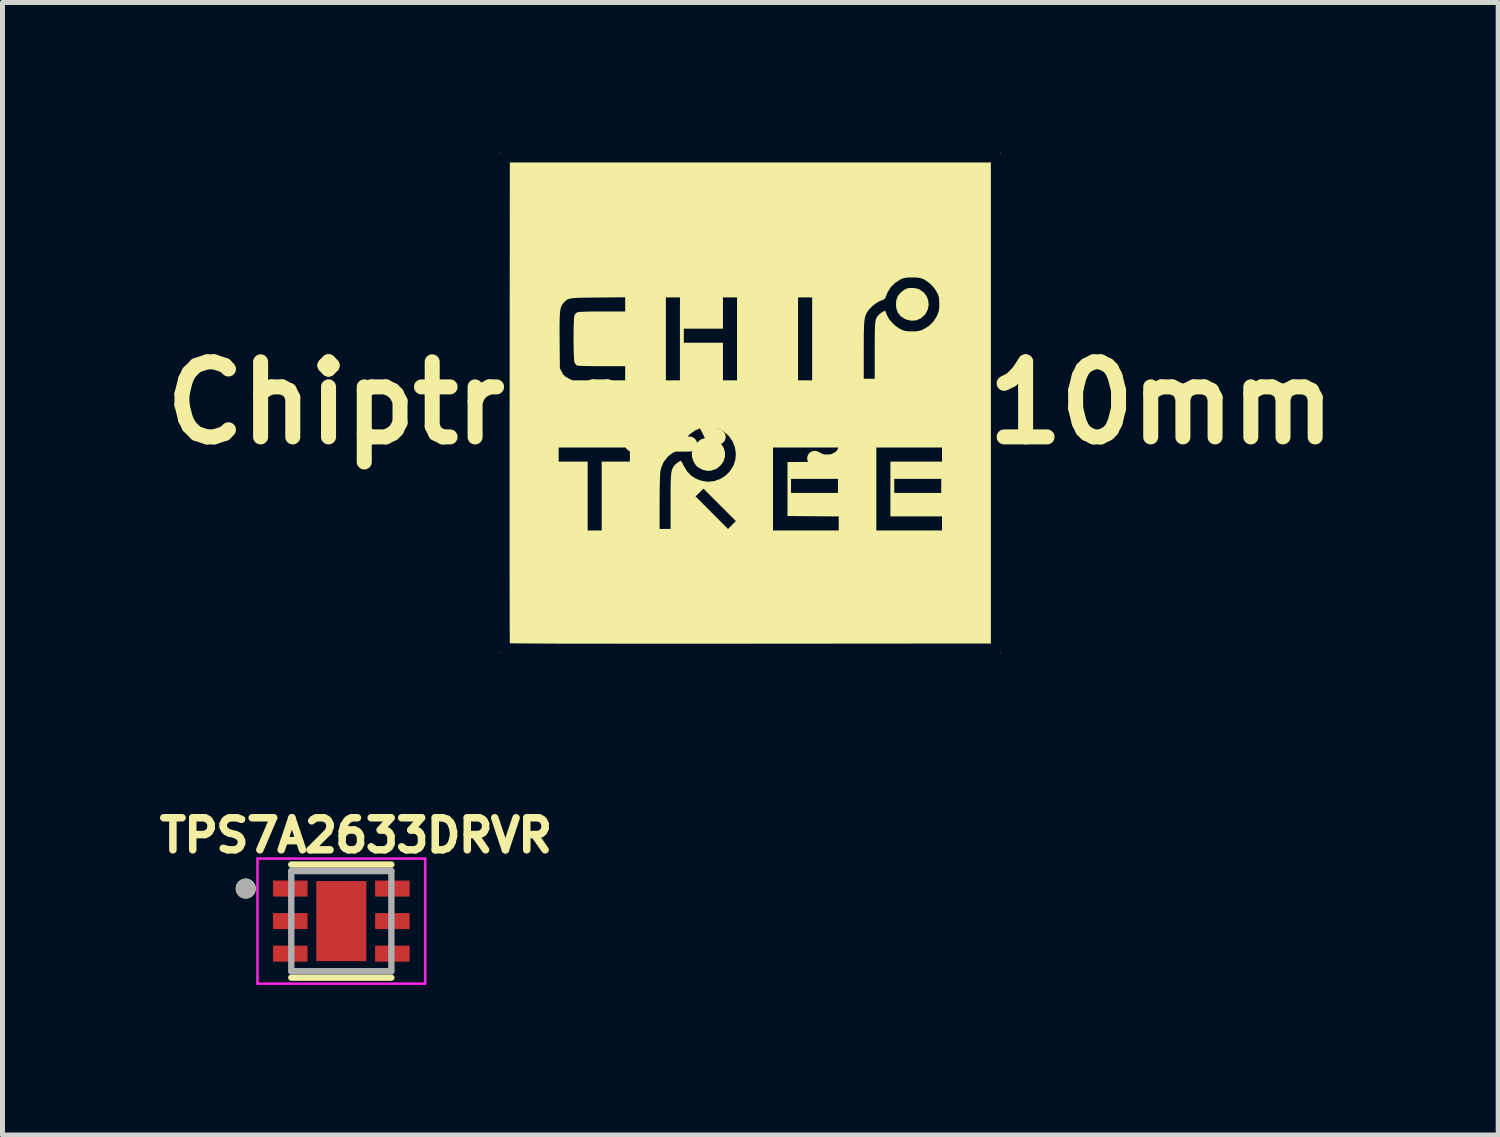
<source format=kicad_pcb>
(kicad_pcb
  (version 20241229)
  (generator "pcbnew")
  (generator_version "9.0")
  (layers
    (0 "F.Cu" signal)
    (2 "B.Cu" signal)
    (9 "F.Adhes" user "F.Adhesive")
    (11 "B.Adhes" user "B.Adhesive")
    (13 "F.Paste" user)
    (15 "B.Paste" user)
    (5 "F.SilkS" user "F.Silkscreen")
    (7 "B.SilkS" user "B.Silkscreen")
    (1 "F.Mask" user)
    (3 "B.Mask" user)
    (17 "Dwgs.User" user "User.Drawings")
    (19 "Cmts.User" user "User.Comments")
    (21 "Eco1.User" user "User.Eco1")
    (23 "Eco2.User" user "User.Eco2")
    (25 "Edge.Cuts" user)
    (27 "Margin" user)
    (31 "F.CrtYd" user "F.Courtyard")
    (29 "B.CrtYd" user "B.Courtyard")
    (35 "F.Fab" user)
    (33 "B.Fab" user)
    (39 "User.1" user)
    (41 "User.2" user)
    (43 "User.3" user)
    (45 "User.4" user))
  (footprint "Chiptree_logo 10mm"
    (layer "F.Cu")
    (at 11.943 5.002)
    (property "Reference" "Chiptree_logo 10mm" (at 0 0 0) (layer "F.SilkS") (effects (font (size 1.5 1.5) (thickness 0.3))))
    (attr board_only exclude_from_pos_files exclude_from_bom)
    (fp_poly (pts (xy -4.986 -4.994) (xy -4.994 -4.986) (xy -5.002 -4.994) (xy -4.994 -5.002)) (stroke (width 0) (type solid)) (fill yes) (layer "F.SilkS"))
    (fp_poly (pts (xy -4.986 4.994) (xy -4.994 5.002) (xy -5.002 4.994) (xy -4.994 4.986)) (stroke (width 0) (type solid)) (fill yes) (layer "F.SilkS"))
    (fp_poly (pts (xy 5.002 -4.994) (xy 4.994 -4.986) (xy 4.986 -4.994) (xy 4.994 -5.002)) (stroke (width 0) (type solid)) (fill yes) (layer "F.SilkS"))
    (fp_poly (pts (xy 5.002 4.994) (xy 4.994 5.002) (xy 4.986 4.994) (xy 4.994 4.986)) (stroke (width 0) (type solid)) (fill yes) (layer "F.SilkS"))
    (fp_poly (pts (xy -0.722 0.717) (xy -0.645 0.76) (xy -0.58 0.821) (xy -0.533 0.895) (xy -0.507 0.981) (xy -0.507 1.071) (xy -0.536 1.164) (xy -0.591 1.244) (xy -0.667 1.307) (xy -0.689 1.319) (xy -0.78 1.352) (xy -0.866 1.356) (xy -0.955 1.333) (xy -0.977 1.323) (xy -1.04 1.288) (xy -1.085 1.25) (xy -1.119 1.198) (xy -1.14 1.156) (xy -1.166 1.078) (xy -1.169 1.001) (xy -1.156 0.933) (xy -1.129 0.876) (xy -1.085 0.815) (xy -1.032 0.761) (xy -0.984 0.726) (xy -0.896 0.697) (xy -0.808 0.695)) (stroke (width 0) (type solid)) (fill yes) (layer "F.SilkS"))
    (fp_poly (pts (xy 3.307 -2.292) (xy 3.371 -2.272) (xy 3.391 -2.263) (xy 3.469 -2.205) (xy 3.524 -2.131) (xy 3.555 -2.046) (xy 3.563 -1.955) (xy 3.544 -1.864) (xy 3.5 -1.779) (xy 3.48 -1.755) (xy 3.404 -1.69) (xy 3.316 -1.652) (xy 3.221 -1.643) (xy 3.124 -1.664) (xy 3.084 -1.681) (xy 3.003 -1.734) (xy 2.949 -1.802) (xy 2.918 -1.888) (xy 2.91 -1.952) (xy 2.916 -2.053) (xy 2.947 -2.137) (xy 3.005 -2.208) (xy 3.055 -2.247) (xy 3.103 -2.277) (xy 3.146 -2.292) (xy 3.199 -2.297) (xy 3.227 -2.298)) (stroke (width 0) (type solid)) (fill yes) (layer "F.SilkS"))
    (fp_poly (pts (xy 4.806 0) (xy 4.806 4.806) (xy 0.005 4.81) (xy -0.429 4.811) (xy -0.848 4.811) (xy -1.25 4.811) (xy -1.636 4.811) (xy -2.004 4.811) (xy -2.354 4.811) (xy -2.684 4.81) (xy -2.994 4.81) (xy -3.282 4.81) (xy -3.548 4.809) (xy -3.791 4.809) (xy -4.011 4.808) (xy -4.205 4.807) (xy -4.374 4.806) (xy -4.517 4.805) (xy -4.632 4.804) (xy -4.718 4.803) (xy -4.776 4.802) (xy -4.803 4.801) (xy -4.805 4.8) (xy -4.806 4.784) (xy -4.807 4.737) (xy -4.807 4.661) (xy -4.808 4.558) (xy -4.809 4.429) (xy -4.809 4.274) (xy -4.809 4.095) (xy -4.81 3.893) (xy -4.81 3.67) (xy -4.81 3.426) (xy -4.811 3.162) (xy -4.811 2.881) (xy -4.811 2.583) (xy -4.811 2.269) (xy -4.811 1.941) (xy -4.811 1.599) (xy -4.811 1.246) (xy -4.811 0.891) (xy -3.83 0.891) (xy -3.83 1.032) (xy -3.83 1.172) (xy -3.54 1.172) (xy -3.251 1.172) (xy -3.251 1.86) (xy -3.251 2.548) (xy -3.111 2.548) (xy -2.97 2.548) (xy -2.97 2.517) (xy -1.813 2.517) (xy -1.704 2.517) (xy -1.594 2.517) (xy -1.594 1.973) (xy -1.594 1.867) (xy -1.095 1.867) (xy -0.77 2.192) (xy -0.446 2.517) (xy -0.368 2.438) (xy -0.289 2.36) (xy -0.613 2.036) (xy -0.937 1.712) (xy -1.016 1.79) (xy -1.095 1.867) (xy -1.594 1.867) (xy -1.594 1.816) (xy -1.593 1.686) (xy -1.591 1.581) (xy -1.588 1.497) (xy -1.583 1.431) (xy -1.576 1.379) (xy -1.567 1.339) (xy -1.555 1.307) (xy -1.539 1.28) (xy -1.522 1.254) (xy -1.489 1.219) (xy -1.447 1.186) (xy -1.408 1.163) (xy -1.386 1.157) (xy -1.376 1.17) (xy -1.357 1.204) (xy -1.333 1.252) (xy -1.332 1.254) (xy -1.263 1.368) (xy -1.177 1.456) (xy -1.072 1.52) (xy -0.965 1.557) (xy -0.843 1.574) (xy -0.722 1.561) (xy -0.607 1.521) (xy -0.503 1.457) (xy -0.414 1.37) (xy -0.344 1.263) (xy -0.334 1.243) (xy -0.298 1.127) (xy -0.29 1.006) (xy -0.308 0.891) (xy 0.453 0.891) (xy 0.453 1.719) (xy 0.453 2.548) (xy 1.11 2.548) (xy 1.766 2.548) (xy 1.766 2.407) (xy 1.766 2.267) (xy 1.254 2.263) (xy 0.742 2.259) (xy 0.742 1.719) (xy 0.742 1.516) (xy 0.813 1.516) (xy 0.813 1.657) (xy 0.813 1.798) (xy 1.282 1.798) (xy 1.751 1.798) (xy 1.751 1.657) (xy 1.751 1.516) (xy 1.282 1.516) (xy 0.813 1.516) (xy 0.742 1.516) (xy 0.742 1.18) (xy 1.254 1.176) (xy 1.766 1.172) (xy 1.766 1.031) (xy 1.766 0.891) (xy 2.517 0.891) (xy 2.517 1.719) (xy 2.517 2.548) (xy 3.173 2.548) (xy 3.83 2.548) (xy 3.83 2.407) (xy 3.83 2.266) (xy 3.314 2.266) (xy 2.798 2.266) (xy 2.798 1.719) (xy 2.798 1.516) (xy 2.876 1.516) (xy 2.876 1.657) (xy 2.876 1.798) (xy 3.345 1.798) (xy 3.814 1.798) (xy 3.814 1.657) (xy 3.814 1.516) (xy 3.345 1.516) (xy 2.876 1.516) (xy 2.798 1.516) (xy 2.798 1.172) (xy 3.314 1.172) (xy 3.83 1.172) (xy 3.83 1.032) (xy 3.83 0.891) (xy 3.173 0.891) (xy 2.517 0.891) (xy 1.766 0.891) (xy 1.11 0.891) (xy 0.453 0.891) (xy -0.308 0.891) (xy -0.309 0.884) (xy -0.354 0.769) (xy -0.425 0.666) (xy -0.431 0.658) (xy -0.526 0.575) (xy -0.633 0.518) (xy -0.749 0.486) (xy -0.868 0.48) (xy -0.986 0.499) (xy -1.098 0.545) (xy -1.199 0.616) (xy -1.237 0.653) (xy -1.294 0.729) (xy -1.346 0.825) (xy -1.381 0.91) (xy -1.4 0.934) (xy -1.415 0.938) (xy -1.454 0.947) (xy -1.507 0.972) (xy -1.566 1.008) (xy -1.621 1.048) (xy -1.656 1.08) (xy -1.731 1.177) (xy -1.78 1.29) (xy -1.798 1.37) (xy -1.802 1.408) (xy -1.805 1.472) (xy -1.808 1.559) (xy -1.81 1.663) (xy -1.812 1.781) (xy -1.813 1.908) (xy -1.813 1.989) (xy -1.813 2.517) (xy -2.97 2.517) (xy -2.97 1.86) (xy -2.97 1.172) (xy -2.688 1.172) (xy -2.407 1.172) (xy -2.407 1.032) (xy -2.407 0.891) (xy -3.118 0.891) (xy -3.83 0.891) (xy -4.811 0.891) (xy -4.811 0.881) (xy -4.811 0.507) (xy -4.81 0.124) (xy -4.81 -0.01) (xy -4.809 -1.434) (xy -3.812 -1.434) (xy -3.811 -1.275) (xy -3.811 -1.247) (xy -3.806 -0.695) (xy -3.767 -0.617) (xy -3.735 -0.565) (xy -3.698 -0.529) (xy -3.643 -0.496) (xy -3.558 -0.453) (xy -3.03 -0.453) (xy -2.501 -0.453) (xy -2.501 -0.594) (xy -2.501 -0.735) (xy -2.971 -0.735) (xy -3.102 -0.735) (xy -3.219 -0.737) (xy -3.317 -0.739) (xy -3.394 -0.742) (xy -3.446 -0.746) (xy -3.469 -0.75) (xy -3.469 -0.75) (xy -3.494 -0.775) (xy -3.515 -0.814) (xy -3.515 -0.815) (xy -3.521 -0.846) (xy -3.525 -0.903) (xy -3.528 -0.981) (xy -3.531 -1.075) (xy -3.532 -1.178) (xy -3.533 -1.287) (xy -3.532 -1.395) (xy -3.531 -1.498) (xy -3.529 -1.59) (xy -3.525 -1.665) (xy -3.521 -1.72) (xy -3.516 -1.746) (xy -3.492 -1.786) (xy -3.461 -1.811) (xy -3.432 -1.817) (xy -3.373 -1.822) (xy -3.285 -1.825) (xy -3.168 -1.828) (xy -3.019 -1.829) (xy -2.961 -1.829) (xy -2.501 -1.829) (xy -2.501 -1.97) (xy -2.501 -2.11) (xy -1.688 -2.11) (xy -1.688 -1.282) (xy -1.688 -0.453) (xy -1.547 -0.453) (xy -1.407 -0.453) (xy -1.407 -1.204) (xy -1.329 -1.204) (xy -0.938 -1.204) (xy -0.547 -1.204) (xy -0.547 -0.828) (xy -0.547 -0.453) (xy -0.406 -0.453) (xy -0.266 -0.453) (xy -0.266 -1.282) (xy -0.266 -2.11) (xy 0.953 -2.11) (xy 0.953 -1.282) (xy 0.953 -0.453) (xy 1.094 -0.453) (xy 1.235 -0.453) (xy 1.235 -0.485) (xy 2.266 -0.485) (xy 2.376 -0.485) (xy 2.485 -0.485) (xy 2.485 -1.056) (xy 2.485 -1.211) (xy 2.486 -1.338) (xy 2.487 -1.44) (xy 2.49 -1.521) (xy 2.494 -1.584) (xy 2.5 -1.632) (xy 2.508 -1.669) (xy 2.519 -1.697) (xy 2.533 -1.721) (xy 2.551 -1.744) (xy 2.569 -1.764) (xy 2.598 -1.79) (xy 2.634 -1.815) (xy 2.668 -1.835) (xy 2.691 -1.843) (xy 2.695 -1.842) (xy 2.702 -1.825) (xy 2.716 -1.789) (xy 2.726 -1.762) (xy 2.768 -1.684) (xy 2.831 -1.605) (xy 2.908 -1.534) (xy 2.99 -1.48) (xy 2.996 -1.477) (xy 3.045 -1.454) (xy 3.089 -1.44) (xy 3.139 -1.433) (xy 3.205 -1.431) (xy 3.228 -1.431) (xy 3.302 -1.432) (xy 3.357 -1.437) (xy 3.403 -1.449) (xy 3.452 -1.469) (xy 3.456 -1.471) (xy 3.568 -1.539) (xy 3.657 -1.626) (xy 3.724 -1.732) (xy 3.749 -1.787) (xy 3.764 -1.831) (xy 3.772 -1.878) (xy 3.775 -1.939) (xy 3.775 -1.977) (xy 3.773 -2.051) (xy 3.768 -2.104) (xy 3.756 -2.149) (xy 3.736 -2.196) (xy 3.731 -2.206) (xy 3.677 -2.291) (xy 3.603 -2.373) (xy 3.518 -2.44) (xy 3.458 -2.475) (xy 3.413 -2.492) (xy 3.364 -2.502) (xy 3.302 -2.507) (xy 3.236 -2.509) (xy 3.16 -2.507) (xy 3.104 -2.503) (xy 3.059 -2.492) (xy 3.014 -2.474) (xy 3.001 -2.468) (xy 2.892 -2.4) (xy 2.803 -2.31) (xy 2.737 -2.202) (xy 2.712 -2.134) (xy 2.693 -2.09) (xy 2.666 -2.067) (xy 2.648 -2.06) (xy 2.579 -2.033) (xy 2.503 -1.987) (xy 2.432 -1.931) (xy 2.376 -1.873) (xy 2.374 -1.87) (xy 2.348 -1.834) (xy 2.326 -1.801) (xy 2.309 -1.766) (xy 2.295 -1.727) (xy 2.285 -1.681) (xy 2.277 -1.623) (xy 2.272 -1.55) (xy 2.269 -1.46) (xy 2.267 -1.348) (xy 2.267 -1.211) (xy 2.266 -1.061) (xy 2.266 -0.485) (xy 1.235 -0.485) (xy 1.235 -1.282) (xy 1.235 -2.11) (xy 1.094 -2.11) (xy 0.953 -2.11) (xy -0.266 -2.11) (xy -0.406 -2.11) (xy -0.547 -2.11) (xy -0.547 -1.798) (xy -0.547 -1.485) (xy -0.938 -1.485) (xy -1.329 -1.485) (xy -1.329 -1.344) (xy -1.329 -1.204) (xy -1.407 -1.204) (xy -1.407 -1.282) (xy -1.407 -2.11) (xy -1.547 -2.11) (xy -1.688 -2.11) (xy -2.501 -2.11) (xy -2.501 -2.112) (xy -3.044 -2.107) (xy -3.196 -2.106) (xy -3.319 -2.104) (xy -3.419 -2.102) (xy -3.497 -2.098) (xy -3.557 -2.093) (xy -3.603 -2.085) (xy -3.638 -2.075) (xy -3.666 -2.061) (xy -3.689 -2.044) (xy -3.711 -2.022) (xy -3.728 -2.005) (xy -3.75 -1.979) (xy -3.767 -1.952) (xy -3.782 -1.919) (xy -3.793 -1.878) (xy -3.801 -1.825) (xy -3.807 -1.757) (xy -3.81 -1.672) (xy -3.812 -1.565) (xy -3.812 -1.434) (xy -4.809 -1.434) (xy -4.806 -4.806) (xy 0 -4.806) (xy 4.806 -4.806)) (stroke (width 0) (type solid)) (fill yes) (layer "F.SilkS")))
  (footprint "TPS7A2633DRVR"
    (layer "F.Cu")
    (at 3.77 15.355)
    (property "Reference" "TPS7A2633DRVR" (at 0.292 -1.713 0) (layer "F.SilkS") (effects (font (size 0.64 0.64) (thickness 0.15))))
    (attr smd)
    (fp_line (start -1 -1.13) (end 1 -1.13) (stroke (width 0.127) (type solid)) (layer "F.SilkS"))
    (fp_line (start -1 1.13) (end 1 1.13) (stroke (width 0.127) (type solid)) (layer "F.SilkS"))
    (fp_circle (center -1.91 -0.65) (end -1.81 -0.65) (stroke (width 0.2) (type solid)) (fill no) (layer "F.SilkS"))
    (fp_poly (pts (xy -0.316 -0.506) (xy 0.316 -0.506) (xy 0.316 0.506) (xy -0.316 0.506)) (stroke (width 0.01) (type solid)) (fill yes) (layer "F.Paste"))
    (fp_line (start -1.675 -1.25) (end -1.675 1.25) (stroke (width 0.05) (type solid)) (layer "F.CrtYd"))
    (fp_line (start -1.675 -1.25) (end 1.675 -1.25) (stroke (width 0.05) (type solid)) (layer "F.CrtYd"))
    (fp_line (start -1.675 1.25) (end 1.675 1.25) (stroke (width 0.05) (type solid)) (layer "F.CrtYd"))
    (fp_line (start 1.675 -1.25) (end 1.675 1.25) (stroke (width 0.05) (type solid)) (layer "F.CrtYd"))
    (fp_line (start -1 -1) (end -1 1) (stroke (width 0.127) (type solid)) (layer "F.Fab"))
    (fp_line (start -1 -1) (end 1 -1) (stroke (width 0.127) (type solid)) (layer "F.Fab"))
    (fp_line (start -1 1) (end 1 1) (stroke (width 0.127) (type solid)) (layer "F.Fab"))
    (fp_line (start 1 -1) (end 1 1) (stroke (width 0.127) (type solid)) (layer "F.Fab"))
    (fp_circle (center -1.91 -0.65) (end -1.81 -0.65) (stroke (width 0.2) (type solid)) (fill no) (layer "F.Fab"))
    (pad "1" smd rect (at -1.02 -0.65) (size 0.69 0.32) (layers "F.Cu" "F.Mask" "F.Paste"))
    (pad "2" smd rect (at -1.02 0) (size 0.69 0.32) (layers "F.Cu" "F.Mask" "F.Paste"))
    (pad "3" smd rect (at -1.02 0.65) (size 0.69 0.32) (layers "F.Cu" "F.Mask" "F.Paste"))
    (pad "4" smd rect (at 1.02 0.65) (size 0.69 0.32) (layers "F.Cu" "F.Mask" "F.Paste"))
    (pad "5" smd rect (at 1.02 0) (size 0.69 0.32) (layers "F.Cu" "F.Mask" "F.Paste"))
    (pad "6" smd rect (at 1.02 -0.65) (size 0.69 0.32) (layers "F.Cu" "F.Mask" "F.Paste"))
    (pad "7" smd rect (at 0 0) (size 1 1.6) (layers "F.Cu" "F.Mask")))
  (gr_rect
    (start -3 -3)
    (end 26.886 19.63)
    (stroke (width 0.1) (type default))
    (fill no)
    (layer "Edge.Cuts")))
</source>
